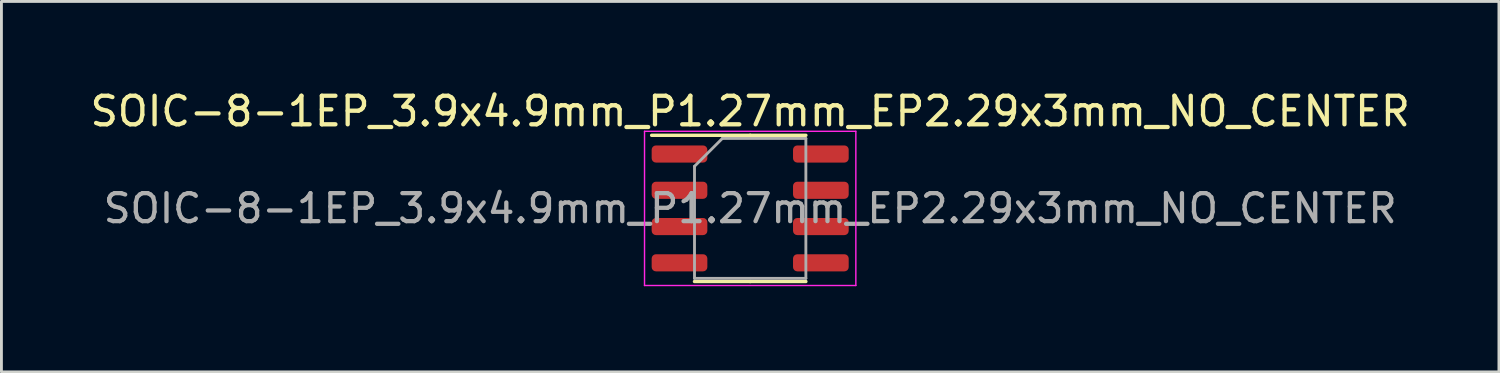
<source format=kicad_pcb>
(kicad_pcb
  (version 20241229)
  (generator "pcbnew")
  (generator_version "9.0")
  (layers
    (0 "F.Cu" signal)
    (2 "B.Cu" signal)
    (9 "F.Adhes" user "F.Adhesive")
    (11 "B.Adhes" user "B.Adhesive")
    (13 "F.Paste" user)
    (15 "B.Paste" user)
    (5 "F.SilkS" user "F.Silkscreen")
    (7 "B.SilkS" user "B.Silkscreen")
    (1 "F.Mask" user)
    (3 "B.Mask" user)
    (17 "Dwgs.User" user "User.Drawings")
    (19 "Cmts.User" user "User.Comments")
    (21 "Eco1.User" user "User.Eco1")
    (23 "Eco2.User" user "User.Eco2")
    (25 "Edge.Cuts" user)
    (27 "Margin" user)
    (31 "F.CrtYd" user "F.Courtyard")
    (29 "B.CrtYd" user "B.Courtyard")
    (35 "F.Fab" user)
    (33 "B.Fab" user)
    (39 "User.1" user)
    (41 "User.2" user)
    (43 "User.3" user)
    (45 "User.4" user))
  (footprint "SOIC-8-1EP_3.9x4.9mm_P1.27mm_EP2.29x3mm_NO_CENTER"
    (layer "F.Cu")
    (at 23.22 4.248)
    (property "Reference" "SOIC-8-1EP_3.9x4.9mm_P1.27mm_EP2.29x3mm_NO_CENTER" (at 0 -3.4 0) (layer "F.SilkS") (effects (font (size 1 1) (thickness 0.15))))
    (attr smd)
    (fp_line (start 0 -2.56) (end -3.45 -2.56) (stroke (width 0.12) (type solid)) (layer "F.SilkS"))
    (fp_line (start 0 -2.56) (end 1.95 -2.56) (stroke (width 0.12) (type solid)) (layer "F.SilkS"))
    (fp_line (start 0 2.56) (end -1.95 2.56) (stroke (width 0.12) (type solid)) (layer "F.SilkS"))
    (fp_line (start 0 2.56) (end 1.95 2.56) (stroke (width 0.12) (type solid)) (layer "F.SilkS"))
    (fp_line (start -3.7 -2.7) (end -3.7 2.7) (stroke (width 0.05) (type solid)) (layer "F.CrtYd"))
    (fp_line (start -3.7 2.7) (end 3.7 2.7) (stroke (width 0.05) (type solid)) (layer "F.CrtYd"))
    (fp_line (start 3.7 -2.7) (end -3.7 -2.7) (stroke (width 0.05) (type solid)) (layer "F.CrtYd"))
    (fp_line (start 3.7 2.7) (end 3.7 -2.7) (stroke (width 0.05) (type solid)) (layer "F.CrtYd"))
    (fp_line (start -1.95 -1.475) (end -0.975 -2.45) (stroke (width 0.1) (type solid)) (layer "F.Fab"))
    (fp_line (start -1.95 2.45) (end -1.95 -1.475) (stroke (width 0.1) (type solid)) (layer "F.Fab"))
    (fp_line (start -0.975 -2.45) (end 1.95 -2.45) (stroke (width 0.1) (type solid)) (layer "F.Fab"))
    (fp_line (start 1.95 -2.45) (end 1.95 2.45) (stroke (width 0.1) (type solid)) (layer "F.Fab"))
    (fp_line (start 1.95 2.45) (end -1.95 2.45) (stroke (width 0.1) (type solid)) (layer "F.Fab"))
    (fp_text user "${REFERENCE}" (at 0 0 0) (layer "F.Fab") (effects (font (size 0.98 0.98) (thickness 0.15))))
    (pad "1" smd roundrect (at -2.475 -1.905) (size 1.95 0.6) (layers "F.Cu" "F.Mask" "F.Paste") (roundrect_rratio 0.25))
    (pad "2" smd roundrect (at -2.475 -0.635) (size 1.95 0.6) (layers "F.Cu" "F.Mask" "F.Paste") (roundrect_rratio 0.25))
    (pad "3" smd roundrect (at -2.475 0.635) (size 1.95 0.6) (layers "F.Cu" "F.Mask" "F.Paste") (roundrect_rratio 0.25))
    (pad "4" smd roundrect (at -2.475 1.905) (size 1.95 0.6) (layers "F.Cu" "F.Mask" "F.Paste") (roundrect_rratio 0.25))
    (pad "5" smd roundrect (at 2.475 1.905) (size 1.95 0.6) (layers "F.Cu" "F.Mask" "F.Paste") (roundrect_rratio 0.25))
    (pad "6" smd roundrect (at 2.475 0.635) (size 1.95 0.6) (layers "F.Cu" "F.Mask" "F.Paste") (roundrect_rratio 0.25))
    (pad "7" smd roundrect (at 2.475 -0.635) (size 1.95 0.6) (layers "F.Cu" "F.Mask" "F.Paste") (roundrect_rratio 0.25))
    (pad "8" smd roundrect (at 2.475 -1.905) (size 1.95 0.6) (layers "F.Cu" "F.Mask" "F.Paste") (roundrect_rratio 0.25)))
  (gr_rect
    (start -3 -3)
    (end 49.44 9.973)
    (stroke (width 0.1) (type default))
    (fill no)
    (layer "Edge.Cuts")))
</source>
